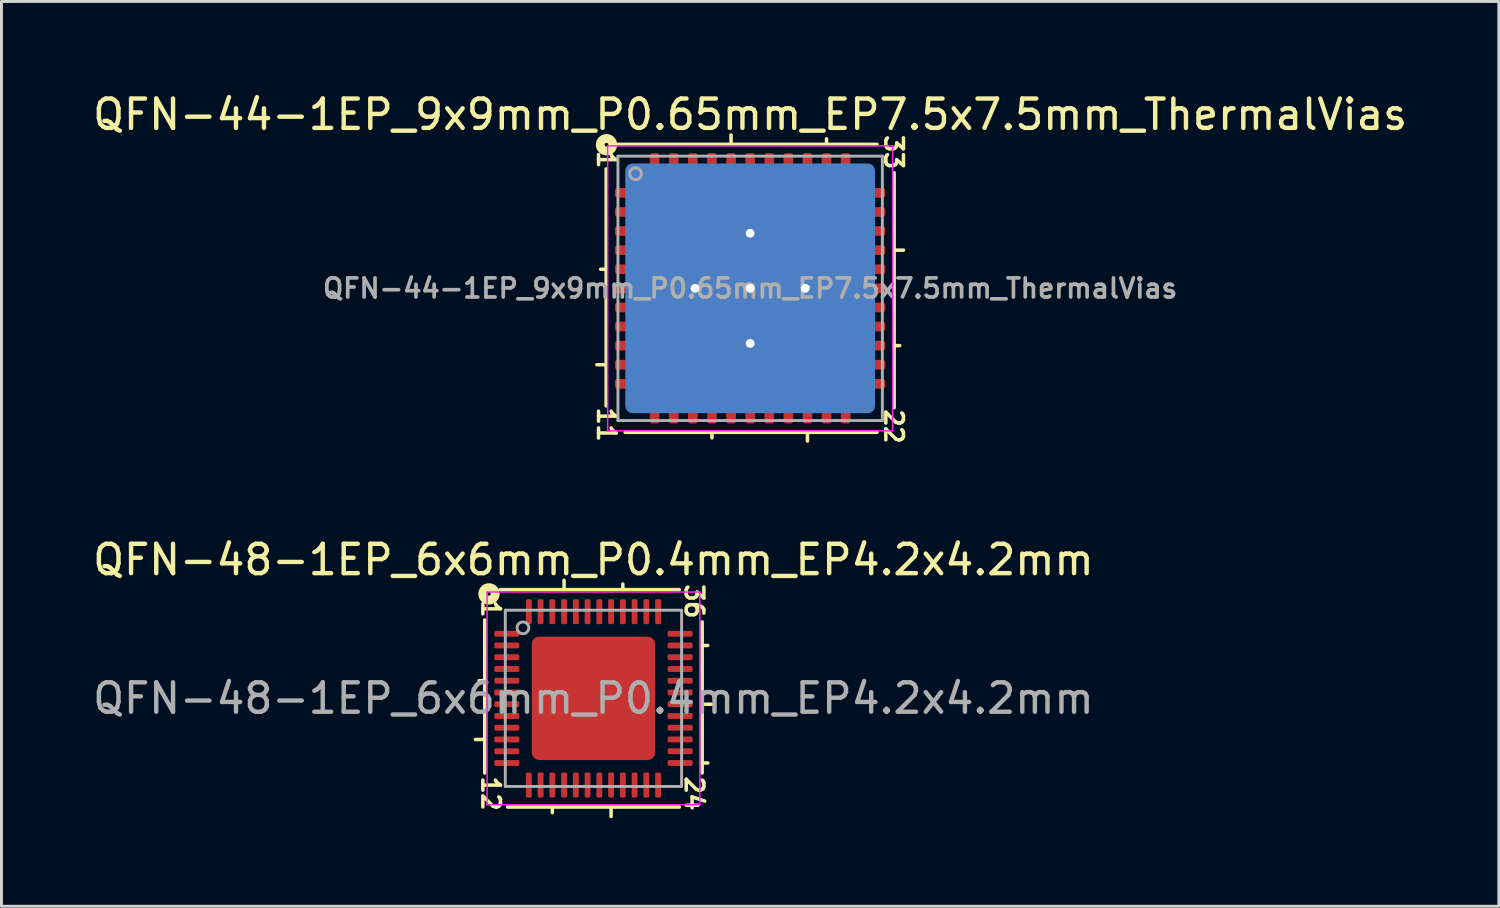
<source format=kicad_pcb>
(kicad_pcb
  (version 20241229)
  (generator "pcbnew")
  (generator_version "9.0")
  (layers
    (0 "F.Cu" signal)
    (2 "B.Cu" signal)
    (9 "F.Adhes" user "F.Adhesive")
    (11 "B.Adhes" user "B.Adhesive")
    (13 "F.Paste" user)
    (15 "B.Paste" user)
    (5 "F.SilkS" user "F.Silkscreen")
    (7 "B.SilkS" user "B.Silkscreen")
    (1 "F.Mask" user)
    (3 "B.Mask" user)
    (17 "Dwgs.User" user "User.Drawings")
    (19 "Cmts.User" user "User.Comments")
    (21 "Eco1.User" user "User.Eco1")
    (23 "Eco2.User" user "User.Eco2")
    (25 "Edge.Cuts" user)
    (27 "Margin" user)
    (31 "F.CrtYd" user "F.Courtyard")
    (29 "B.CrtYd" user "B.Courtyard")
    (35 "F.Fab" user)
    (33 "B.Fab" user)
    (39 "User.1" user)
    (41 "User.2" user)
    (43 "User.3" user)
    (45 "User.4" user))
  (footprint "QFN-48-1EP_6x6mm_P0.4mm_EP4.2x4.2mm"
    (layer "F.Cu")
    (at 17.149 20.719)
    (property "Reference" "QFN-48-1EP_6x6mm_P0.4mm_EP4.2x4.2mm" (at 0 -4.716 0) (layer "F.SilkS") (effects (font (size 1 1) (thickness 0.15))))
    (attr smd)
    (fp_line (start -3.7 -2.667) (end -3.7 2.54) (stroke (width 0.12) (type solid)) (layer "F.SilkS"))
    (fp_line (start -3.7 -0.6) (end -3.89 -0.6) (stroke (width 0.12) (type solid)) (layer "F.SilkS"))
    (fp_line (start -3.7 1.4) (end -4.018 1.4) (stroke (width 0.12) (type solid)) (layer "F.SilkS"))
    (fp_line (start -2.921 3.7) (end 2.921 3.7) (stroke (width 0.12) (type solid)) (layer "F.SilkS"))
    (fp_line (start -1.4 3.89) (end -1.4 3.7) (stroke (width 0.12) (type solid)) (layer "F.SilkS"))
    (fp_line (start -1 -3.7) (end -1 -4.018) (stroke (width 0.12) (type solid)) (layer "F.SilkS"))
    (fp_line (start 0.6 3.7) (end 0.6 4.018) (stroke (width 0.12) (type solid)) (layer "F.SilkS"))
    (fp_line (start 1 -3.7) (end 1 -3.89) (stroke (width 0.12) (type solid)) (layer "F.SilkS"))
    (fp_line (start 2.921 -3.7) (end -3.175 -3.7) (stroke (width 0.12) (type solid)) (layer "F.SilkS"))
    (fp_line (start 3.7 -1.8) (end 3.89 -1.8) (stroke (width 0.12) (type solid)) (layer "F.SilkS"))
    (fp_line (start 3.7 0.2) (end 4.018 0.2) (stroke (width 0.12) (type solid)) (layer "F.SilkS"))
    (fp_line (start 3.7 2.2) (end 3.89 2.2) (stroke (width 0.12) (type solid)) (layer "F.SilkS"))
    (fp_line (start 3.7 2.54) (end 3.7 -2.603) (stroke (width 0.12) (type solid)) (layer "F.SilkS"))
    (fp_circle (center -3.556 -3.556) (end -3.493 -3.556) (stroke (width 0.3) (type solid)) (fill no) (layer "F.SilkS"))
    (fp_line (start -3.62 -3.62) (end -3.62 3.62) (stroke (width 0.05) (type solid)) (layer "F.CrtYd"))
    (fp_line (start -3.62 3.62) (end 3.62 3.62) (stroke (width 0.05) (type solid)) (layer "F.CrtYd"))
    (fp_line (start 3.62 -3.62) (end -3.62 -3.62) (stroke (width 0.05) (type solid)) (layer "F.CrtYd"))
    (fp_line (start 3.62 3.62) (end 3.62 -3.62) (stroke (width 0.05) (type solid)) (layer "F.CrtYd"))
    (fp_line (start -3 -3) (end 3 -3) (stroke (width 0.1) (type solid)) (layer "F.Fab"))
    (fp_line (start -3 3) (end -3 -3) (stroke (width 0.1) (type solid)) (layer "F.Fab"))
    (fp_line (start 3 -3) (end 3 3) (stroke (width 0.1) (type solid)) (layer "F.Fab"))
    (fp_line (start 3 3) (end -3 3) (stroke (width 0.1) (type solid)) (layer "F.Fab"))
    (fp_circle (center -2.4 -2.4) (end -2.2 -2.4) (stroke (width 0.1) (type solid)) (fill no) (layer "F.Fab"))
    (fp_text user "24" (at 3.429 3.239 270) (unlocked yes) (layer "F.SilkS") (effects (font (size 0.6 0.6) (thickness 0.12))))
    (fp_text user "12" (at -3.493 3.239 270) (unlocked yes) (layer "F.SilkS") (effects (font (size 0.6 0.6) (thickness 0.12))))
    (fp_text user "1" (at -3.493 -3.048 270) (unlocked yes) (layer "F.SilkS") (effects (font (size 0.6 0.6) (thickness 0.12))))
    (fp_text user "36" (at 3.429 -3.302 270) (unlocked yes) (layer "F.SilkS") (effects (font (size 0.6 0.6) (thickness 0.12))))
    (fp_text user "${REFERENCE}" (at 0 0 0) (layer "F.Fab") (effects (font (size 1 1) (thickness 0.15))))
    (pad "" smd roundrect (at -1.4 -1.4) (size 1.13 1.13) (layers "F.Paste") (roundrect_rratio 0.221))
    (pad "" smd roundrect (at -1.4 0) (size 1.13 1.13) (layers "F.Paste") (roundrect_rratio 0.221))
    (pad "" smd roundrect (at -1.4 1.4) (size 1.13 1.13) (layers "F.Paste") (roundrect_rratio 0.221))
    (pad "" smd roundrect (at 0 -1.4) (size 1.13 1.13) (layers "F.Paste") (roundrect_rratio 0.221))
    (pad "" smd roundrect (at 0 0) (size 1.13 1.13) (layers "F.Paste") (roundrect_rratio 0.221))
    (pad "" smd roundrect (at 0 1.4) (size 1.13 1.13) (layers "F.Paste") (roundrect_rratio 0.221))
    (pad "" smd roundrect (at 1.4 -1.4) (size 1.13 1.13) (layers "F.Paste") (roundrect_rratio 0.221))
    (pad "" smd roundrect (at 1.4 0) (size 1.13 1.13) (layers "F.Paste") (roundrect_rratio 0.221))
    (pad "" smd roundrect (at 1.4 1.4) (size 1.13 1.13) (layers "F.Paste") (roundrect_rratio 0.221))
    (pad "1" smd roundrect (at -2.95 -2.2) (size 0.85 0.2) (layers "F.Cu" "F.Mask" "F.Paste") (roundrect_rratio 0.25))
    (pad "2" smd roundrect (at -2.95 -1.8) (size 0.85 0.2) (layers "F.Cu" "F.Mask" "F.Paste") (roundrect_rratio 0.25))
    (pad "3" smd roundrect (at -2.95 -1.4) (size 0.85 0.2) (layers "F.Cu" "F.Mask" "F.Paste") (roundrect_rratio 0.25))
    (pad "4" smd roundrect (at -2.95 -1) (size 0.85 0.2) (layers "F.Cu" "F.Mask" "F.Paste") (roundrect_rratio 0.25))
    (pad "5" smd roundrect (at -2.95 -0.6) (size 0.85 0.2) (layers "F.Cu" "F.Mask" "F.Paste") (roundrect_rratio 0.25))
    (pad "6" smd roundrect (at -2.95 -0.2) (size 0.85 0.2) (layers "F.Cu" "F.Mask" "F.Paste") (roundrect_rratio 0.25))
    (pad "7" smd roundrect (at -2.95 0.2) (size 0.85 0.2) (layers "F.Cu" "F.Mask" "F.Paste") (roundrect_rratio 0.25))
    (pad "8" smd roundrect (at -2.95 0.6) (size 0.85 0.2) (layers "F.Cu" "F.Mask" "F.Paste") (roundrect_rratio 0.25))
    (pad "9" smd roundrect (at -2.95 1) (size 0.85 0.2) (layers "F.Cu" "F.Mask" "F.Paste") (roundrect_rratio 0.25))
    (pad "10" smd roundrect (at -2.95 1.4) (size 0.85 0.2) (layers "F.Cu" "F.Mask" "F.Paste") (roundrect_rratio 0.25))
    (pad "11" smd roundrect (at -2.95 1.8) (size 0.85 0.2) (layers "F.Cu" "F.Mask" "F.Paste") (roundrect_rratio 0.25))
    (pad "12" smd roundrect (at -2.95 2.2) (size 0.85 0.2) (layers "F.Cu" "F.Mask" "F.Paste") (roundrect_rratio 0.25))
    (pad "13" smd roundrect (at -2.2 2.95) (size 0.2 0.85) (layers "F.Cu" "F.Mask" "F.Paste") (roundrect_rratio 0.25))
    (pad "14" smd roundrect (at -1.8 2.95) (size 0.2 0.85) (layers "F.Cu" "F.Mask" "F.Paste") (roundrect_rratio 0.25))
    (pad "15" smd roundrect (at -1.4 2.95) (size 0.2 0.85) (layers "F.Cu" "F.Mask" "F.Paste") (roundrect_rratio 0.25))
    (pad "16" smd roundrect (at -1 2.95) (size 0.2 0.85) (layers "F.Cu" "F.Mask" "F.Paste") (roundrect_rratio 0.25))
    (pad "17" smd roundrect (at -0.6 2.95) (size 0.2 0.85) (layers "F.Cu" "F.Mask" "F.Paste") (roundrect_rratio 0.25))
    (pad "18" smd roundrect (at -0.2 2.95) (size 0.2 0.85) (layers "F.Cu" "F.Mask" "F.Paste") (roundrect_rratio 0.25))
    (pad "19" smd roundrect (at 0.2 2.95) (size 0.2 0.85) (layers "F.Cu" "F.Mask" "F.Paste") (roundrect_rratio 0.25))
    (pad "20" smd roundrect (at 0.6 2.95) (size 0.2 0.85) (layers "F.Cu" "F.Mask" "F.Paste") (roundrect_rratio 0.25))
    (pad "21" smd roundrect (at 1 2.95) (size 0.2 0.85) (layers "F.Cu" "F.Mask" "F.Paste") (roundrect_rratio 0.25))
    (pad "22" smd roundrect (at 1.4 2.95) (size 0.2 0.85) (layers "F.Cu" "F.Mask" "F.Paste") (roundrect_rratio 0.25))
    (pad "23" smd roundrect (at 1.8 2.95) (size 0.2 0.85) (layers "F.Cu" "F.Mask" "F.Paste") (roundrect_rratio 0.25))
    (pad "24" smd roundrect (at 2.2 2.95) (size 0.2 0.85) (layers "F.Cu" "F.Mask" "F.Paste") (roundrect_rratio 0.25))
    (pad "25" smd roundrect (at 2.95 2.2) (size 0.85 0.2) (layers "F.Cu" "F.Mask" "F.Paste") (roundrect_rratio 0.25))
    (pad "26" smd roundrect (at 2.95 1.8) (size 0.85 0.2) (layers "F.Cu" "F.Mask" "F.Paste") (roundrect_rratio 0.25))
    (pad "27" smd roundrect (at 2.95 1.4) (size 0.85 0.2) (layers "F.Cu" "F.Mask" "F.Paste") (roundrect_rratio 0.25))
    (pad "28" smd roundrect (at 2.95 1) (size 0.85 0.2) (layers "F.Cu" "F.Mask" "F.Paste") (roundrect_rratio 0.25))
    (pad "29" smd roundrect (at 2.95 0.6) (size 0.85 0.2) (layers "F.Cu" "F.Mask" "F.Paste") (roundrect_rratio 0.25))
    (pad "30" smd roundrect (at 2.95 0.2) (size 0.85 0.2) (layers "F.Cu" "F.Mask" "F.Paste") (roundrect_rratio 0.25))
    (pad "31" smd roundrect (at 2.95 -0.2) (size 0.85 0.2) (layers "F.Cu" "F.Mask" "F.Paste") (roundrect_rratio 0.25))
    (pad "32" smd roundrect (at 2.95 -0.6) (size 0.85 0.2) (layers "F.Cu" "F.Mask" "F.Paste") (roundrect_rratio 0.25))
    (pad "33" smd roundrect (at 2.95 -1) (size 0.85 0.2) (layers "F.Cu" "F.Mask" "F.Paste") (roundrect_rratio 0.25))
    (pad "34" smd roundrect (at 2.95 -1.4) (size 0.85 0.2) (layers "F.Cu" "F.Mask" "F.Paste") (roundrect_rratio 0.25))
    (pad "35" smd roundrect (at 2.95 -1.8) (size 0.85 0.2) (layers "F.Cu" "F.Mask" "F.Paste") (roundrect_rratio 0.25))
    (pad "36" smd roundrect (at 2.95 -2.2) (size 0.85 0.2) (layers "F.Cu" "F.Mask" "F.Paste") (roundrect_rratio 0.25))
    (pad "37" smd roundrect (at 2.2 -2.95) (size 0.2 0.85) (layers "F.Cu" "F.Mask" "F.Paste") (roundrect_rratio 0.25))
    (pad "38" smd roundrect (at 1.8 -2.95) (size 0.2 0.85) (layers "F.Cu" "F.Mask" "F.Paste") (roundrect_rratio 0.25))
    (pad "39" smd roundrect (at 1.4 -2.95) (size 0.2 0.85) (layers "F.Cu" "F.Mask" "F.Paste") (roundrect_rratio 0.25))
    (pad "40" smd roundrect (at 1 -2.95) (size 0.2 0.85) (layers "F.Cu" "F.Mask" "F.Paste") (roundrect_rratio 0.25))
    (pad "41" smd roundrect (at 0.6 -2.95) (size 0.2 0.85) (layers "F.Cu" "F.Mask" "F.Paste") (roundrect_rratio 0.25))
    (pad "42" smd roundrect (at 0.2 -2.95) (size 0.2 0.85) (layers "F.Cu" "F.Mask" "F.Paste") (roundrect_rratio 0.25))
    (pad "43" smd roundrect (at -0.2 -2.95) (size 0.2 0.85) (layers "F.Cu" "F.Mask" "F.Paste") (roundrect_rratio 0.25))
    (pad "44" smd roundrect (at -0.6 -2.95) (size 0.2 0.85) (layers "F.Cu" "F.Mask" "F.Paste") (roundrect_rratio 0.25))
    (pad "45" smd roundrect (at -1 -2.95) (size 0.2 0.85) (layers "F.Cu" "F.Mask" "F.Paste") (roundrect_rratio 0.25))
    (pad "46" smd roundrect (at -1.4 -2.95) (size 0.2 0.85) (layers "F.Cu" "F.Mask" "F.Paste") (roundrect_rratio 0.25))
    (pad "47" smd roundrect (at -1.8 -2.95) (size 0.2 0.85) (layers "F.Cu" "F.Mask" "F.Paste") (roundrect_rratio 0.25))
    (pad "48" smd roundrect (at -2.2 -2.95) (size 0.2 0.85) (layers "F.Cu" "F.Mask" "F.Paste") (roundrect_rratio 0.25))
    (pad "49" smd roundrect (at 0 0) (size 4.2 4.2) (layers "F.Cu" "F.Mask") (roundrect_rratio 0.06)))
  (footprint "QFN-44-1EP_9x9mm_P0.65mm_EP7.5x7.5mm_ThermalVias"
    (layer "F.Cu")
    (at 22.482 6.764)
    (property "Reference" "QFN-44-1EP_9x9mm_P0.65mm_EP7.5x7.5mm_ThermalVias" (at 0 -5.916 0) (layer "F.SilkS") (effects (font (size 1 1) (thickness 0.15))))
    (attr smd)
    (fp_line (start -4.9 -4.064) (end -4.9 4) (stroke (width 0.12) (type solid)) (layer "F.SilkS"))
    (fp_line (start -4.9 -0.65) (end -5.09 -0.65) (stroke (width 0.12) (type solid)) (layer "F.SilkS"))
    (fp_line (start -4.9 2.6) (end -5.218 2.6) (stroke (width 0.12) (type solid)) (layer "F.SilkS"))
    (fp_line (start -4.255 4.9) (end 4.318 4.9) (stroke (width 0.12) (type solid)) (layer "F.SilkS"))
    (fp_line (start -1.3 4.9) (end -1.3 5.09) (stroke (width 0.12) (type solid)) (layer "F.SilkS"))
    (fp_line (start -0.65 -4.9) (end -0.65 -5.218) (stroke (width 0.12) (type solid)) (layer "F.SilkS"))
    (fp_line (start 1.95 4.9) (end 1.95 5.197) (stroke (width 0.12) (type solid)) (layer "F.SilkS"))
    (fp_line (start 2.6 -4.9) (end 2.6 -5.09) (stroke (width 0.12) (type solid)) (layer "F.SilkS"))
    (fp_line (start 4.318 -4.9) (end -4.508 -4.9) (stroke (width 0.12) (type solid)) (layer "F.SilkS"))
    (fp_line (start 4.9 -1.3) (end 5.218 -1.3) (stroke (width 0.12) (type solid)) (layer "F.SilkS"))
    (fp_line (start 4.9 1.95) (end 5.09 1.95) (stroke (width 0.12) (type solid)) (layer "F.SilkS"))
    (fp_line (start 4.9 4.064) (end 4.9 -3.937) (stroke (width 0.12) (type solid)) (layer "F.SilkS"))
    (fp_circle (center -4.889 -4.889) (end -4.826 -4.889) (stroke (width 0.3) (type solid)) (fill no) (layer "F.SilkS"))
    (fp_line (start -4.85 -4.85) (end -4.85 4.85) (stroke (width 0.05) (type solid)) (layer "F.CrtYd"))
    (fp_line (start -4.85 4.85) (end 4.85 4.85) (stroke (width 0.05) (type solid)) (layer "F.CrtYd"))
    (fp_line (start 4.85 -4.85) (end -4.85 -4.85) (stroke (width 0.05) (type solid)) (layer "F.CrtYd"))
    (fp_line (start 4.85 4.85) (end 4.85 -4.85) (stroke (width 0.05) (type solid)) (layer "F.CrtYd"))
    (fp_line (start -4.5 -4.5) (end 4.5 -4.5) (stroke (width 0.1) (type solid)) (layer "F.Fab"))
    (fp_line (start -4.5 4.5) (end -4.5 -4.5) (stroke (width 0.1) (type solid)) (layer "F.Fab"))
    (fp_line (start 4.5 -4.5) (end 4.5 4.5) (stroke (width 0.1) (type solid)) (layer "F.Fab"))
    (fp_line (start 4.5 4.5) (end -4.5 4.5) (stroke (width 0.1) (type solid)) (layer "F.Fab"))
    (fp_circle (center -3.9 -3.9) (end -3.7 -3.9) (stroke (width 0.1) (type solid)) (fill no) (layer "F.Fab"))
    (fp_text user "1" (at -4.889 -4.381 270) (unlocked yes) (layer "F.SilkS") (effects (font (size 0.6 0.6) (thickness 0.12))))
    (fp_text user "33" (at 4.889 -4.636 270) (unlocked yes) (layer "F.SilkS") (effects (font (size 0.6 0.6) (thickness 0.12))))
    (fp_text user "11" (at -4.889 4.636 270) (unlocked yes) (layer "F.SilkS") (effects (font (size 0.6 0.6) (thickness 0.12))))
    (fp_text user "22" (at 4.889 4.699 270) (unlocked yes) (layer "F.SilkS") (effects (font (size 0.6 0.6) (thickness 0.12))))
    (fp_text user "${REFERENCE}" (at 0 0 0) (layer "F.Fab") (effects (font (size 0.65 0.65) (thickness 0.125))))
    (pad "" smd roundrect (at -2.7 -2.7) (size 1.5 1.5) (layers "F.Paste") (roundrect_rratio 0.167))
    (pad "" smd roundrect (at -2.7 -0.9) (size 1.5 1.5) (layers "F.Paste") (roundrect_rratio 0.167))
    (pad "" smd roundrect (at -2.7 0.9) (size 1.5 1.5) (layers "F.Paste") (roundrect_rratio 0.167))
    (pad "" smd roundrect (at -2.7 2.7) (size 1.5 1.5) (layers "F.Paste") (roundrect_rratio 0.167))
    (pad "" smd roundrect (at -0.9 -2.7) (size 1.5 1.5) (layers "F.Paste") (roundrect_rratio 0.167))
    (pad "" smd roundrect (at -0.9 -0.9) (size 1.5 1.5) (layers "F.Paste") (roundrect_rratio 0.167))
    (pad "" smd roundrect (at -0.9 0.9) (size 1.5 1.5) (layers "F.Paste") (roundrect_rratio 0.167))
    (pad "" smd roundrect (at -0.9 2.7) (size 1.5 1.5) (layers "F.Paste") (roundrect_rratio 0.167))
    (pad "" smd roundrect (at 0.9 -2.7) (size 1.5 1.5) (layers "F.Paste") (roundrect_rratio 0.167))
    (pad "" smd roundrect (at 0.9 -0.9) (size 1.5 1.5) (layers "F.Paste") (roundrect_rratio 0.167))
    (pad "" smd roundrect (at 0.9 0.9) (size 1.5 1.5) (layers "F.Paste") (roundrect_rratio 0.167))
    (pad "" smd roundrect (at 0.9 2.7) (size 1.5 1.5) (layers "F.Paste") (roundrect_rratio 0.167))
    (pad "" smd roundrect (at 2.7 -2.7) (size 1.5 1.5) (layers "F.Paste") (roundrect_rratio 0.167))
    (pad "" smd roundrect (at 2.7 -0.9) (size 1.5 1.5) (layers "F.Paste") (roundrect_rratio 0.167))
    (pad "" smd roundrect (at 2.7 0.9) (size 1.5 1.5) (layers "F.Paste") (roundrect_rratio 0.167))
    (pad "" smd roundrect (at 2.7 2.7) (size 1.5 1.5) (layers "F.Paste") (roundrect_rratio 0.167))
    (pad "1" smd roundrect (at -4.3 -3.25) (size 0.6 0.33) (layers "F.Cu" "F.Mask" "F.Paste") (roundrect_rratio 0.25))
    (pad "2" smd roundrect (at -4.3 -2.6) (size 0.6 0.33) (layers "F.Cu" "F.Mask" "F.Paste") (roundrect_rratio 0.25))
    (pad "3" smd roundrect (at -4.3 -1.95) (size 0.6 0.33) (layers "F.Cu" "F.Mask" "F.Paste") (roundrect_rratio 0.25))
    (pad "4" smd roundrect (at -4.3 -1.3) (size 0.6 0.33) (layers "F.Cu" "F.Mask" "F.Paste") (roundrect_rratio 0.25))
    (pad "5" smd roundrect (at -4.3 -0.65) (size 0.6 0.33) (layers "F.Cu" "F.Mask" "F.Paste") (roundrect_rratio 0.25))
    (pad "6" smd roundrect (at -4.3 0) (size 0.6 0.33) (layers "F.Cu" "F.Mask" "F.Paste") (roundrect_rratio 0.25))
    (pad "7" smd roundrect (at -4.3 0.65) (size 0.6 0.33) (layers "F.Cu" "F.Mask" "F.Paste") (roundrect_rratio 0.25))
    (pad "8" smd roundrect (at -4.3 1.3) (size 0.6 0.33) (layers "F.Cu" "F.Mask" "F.Paste") (roundrect_rratio 0.25))
    (pad "9" smd roundrect (at -4.3 1.95) (size 0.6 0.33) (layers "F.Cu" "F.Mask" "F.Paste") (roundrect_rratio 0.25))
    (pad "10" smd roundrect (at -4.3 2.6) (size 0.6 0.33) (layers "F.Cu" "F.Mask" "F.Paste") (roundrect_rratio 0.25))
    (pad "11" smd roundrect (at -4.3 3.25) (size 0.6 0.33) (layers "F.Cu" "F.Mask" "F.Paste") (roundrect_rratio 0.25))
    (pad "12" smd roundrect (at -3.25 4.3 90) (size 0.6 0.33) (layers "F.Cu" "F.Mask" "F.Paste") (roundrect_rratio 0.25))
    (pad "13" smd roundrect (at -2.6 4.3 90) (size 0.6 0.33) (layers "F.Cu" "F.Mask" "F.Paste") (roundrect_rratio 0.25))
    (pad "14" smd roundrect (at -1.95 4.3 90) (size 0.6 0.33) (layers "F.Cu" "F.Mask" "F.Paste") (roundrect_rratio 0.25))
    (pad "15" smd roundrect (at -1.3 4.3 90) (size 0.6 0.33) (layers "F.Cu" "F.Mask" "F.Paste") (roundrect_rratio 0.25))
    (pad "16" smd roundrect (at -0.65 4.3 90) (size 0.6 0.33) (layers "F.Cu" "F.Mask" "F.Paste") (roundrect_rratio 0.25))
    (pad "17" smd roundrect (at 0 4.3 90) (size 0.6 0.33) (layers "F.Cu" "F.Mask" "F.Paste") (roundrect_rratio 0.25))
    (pad "18" smd roundrect (at 0.65 4.3 90) (size 0.6 0.33) (layers "F.Cu" "F.Mask" "F.Paste") (roundrect_rratio 0.25))
    (pad "19" smd roundrect (at 1.3 4.3 90) (size 0.6 0.33) (layers "F.Cu" "F.Mask" "F.Paste") (roundrect_rratio 0.25))
    (pad "20" smd roundrect (at 1.95 4.3 90) (size 0.6 0.33) (layers "F.Cu" "F.Mask" "F.Paste") (roundrect_rratio 0.25))
    (pad "21" smd roundrect (at 2.6 4.3 90) (size 0.6 0.33) (layers "F.Cu" "F.Mask" "F.Paste") (roundrect_rratio 0.25))
    (pad "22" smd roundrect (at 3.25 4.3 90) (size 0.6 0.33) (layers "F.Cu" "F.Mask" "F.Paste") (roundrect_rratio 0.25))
    (pad "23" smd roundrect (at 4.3 3.25) (size 0.6 0.33) (layers "F.Cu" "F.Mask" "F.Paste") (roundrect_rratio 0.25))
    (pad "24" smd roundrect (at 4.3 2.6) (size 0.6 0.33) (layers "F.Cu" "F.Mask" "F.Paste") (roundrect_rratio 0.25))
    (pad "25" smd roundrect (at 4.3 1.95) (size 0.6 0.33) (layers "F.Cu" "F.Mask" "F.Paste") (roundrect_rratio 0.25))
    (pad "26" smd roundrect (at 4.3 1.3) (size 0.6 0.33) (layers "F.Cu" "F.Mask" "F.Paste") (roundrect_rratio 0.25))
    (pad "27" smd roundrect (at 4.3 0.65) (size 0.6 0.33) (layers "F.Cu" "F.Mask" "F.Paste") (roundrect_rratio 0.25))
    (pad "28" smd roundrect (at 4.3 0) (size 0.6 0.33) (layers "F.Cu" "F.Mask" "F.Paste") (roundrect_rratio 0.25))
    (pad "29" smd roundrect (at 4.3 -0.65) (size 0.6 0.33) (layers "F.Cu" "F.Mask" "F.Paste") (roundrect_rratio 0.25))
    (pad "30" smd roundrect (at 4.3 -1.3) (size 0.6 0.33) (layers "F.Cu" "F.Mask" "F.Paste") (roundrect_rratio 0.25))
    (pad "31" smd roundrect (at 4.3 -1.95) (size 0.6 0.33) (layers "F.Cu" "F.Mask" "F.Paste") (roundrect_rratio 0.25))
    (pad "32" smd roundrect (at 4.3 -2.6) (size 0.6 0.33) (layers "F.Cu" "F.Mask" "F.Paste") (roundrect_rratio 0.25))
    (pad "33" smd roundrect (at 4.3 -3.25) (size 0.6 0.33) (layers "F.Cu" "F.Mask" "F.Paste") (roundrect_rratio 0.25))
    (pad "34" smd roundrect (at 3.25 -4.3 90) (size 0.6 0.33) (layers "F.Cu" "F.Mask" "F.Paste") (roundrect_rratio 0.25))
    (pad "35" smd roundrect (at 2.6 -4.3 90) (size 0.6 0.33) (layers "F.Cu" "F.Mask" "F.Paste") (roundrect_rratio 0.25))
    (pad "36" smd roundrect (at 1.95 -4.3 90) (size 0.6 0.33) (layers "F.Cu" "F.Mask" "F.Paste") (roundrect_rratio 0.25))
    (pad "37" smd roundrect (at 1.3 -4.3 90) (size 0.6 0.33) (layers "F.Cu" "F.Mask" "F.Paste") (roundrect_rratio 0.25))
    (pad "38" smd roundrect (at 0.65 -4.3 90) (size 0.6 0.33) (layers "F.Cu" "F.Mask" "F.Paste") (roundrect_rratio 0.25))
    (pad "39" smd roundrect (at 0 -4.3 90) (size 0.6 0.33) (layers "F.Cu" "F.Mask" "F.Paste") (roundrect_rratio 0.25))
    (pad "40" smd roundrect (at -0.65 -4.3 90) (size 0.6 0.33) (layers "F.Cu" "F.Mask" "F.Paste") (roundrect_rratio 0.25))
    (pad "41" smd roundrect (at -1.3 -4.3 90) (size 0.6 0.33) (layers "F.Cu" "F.Mask" "F.Paste") (roundrect_rratio 0.25))
    (pad "42" smd roundrect (at -1.95 -4.3 90) (size 0.6 0.33) (layers "F.Cu" "F.Mask" "F.Paste") (roundrect_rratio 0.25))
    (pad "43" smd roundrect (at -2.6 -4.3 90) (size 0.6 0.33) (layers "F.Cu" "F.Mask" "F.Paste") (roundrect_rratio 0.25))
    (pad "44" smd roundrect (at -3.25 -4.3 90) (size 0.6 0.33) (layers "F.Cu" "F.Mask" "F.Paste") (roundrect_rratio 0.25))
    (pad "45" thru_hole circle (at -1.875 0) (size 0.6 0.6) (drill 0.3) (property pad_prop_heatsink) (layers "*.Cu"))
    (pad "45" thru_hole circle (at 0 -1.875) (size 0.6 0.6) (drill 0.3) (property pad_prop_heatsink) (layers "*.Cu"))
    (pad "45" thru_hole circle (at 0 0) (size 0.6 0.6) (drill 0.3) (property pad_prop_heatsink) (layers "*.Cu"))
    (pad "45" smd roundrect (at 0 0) (size 7.5 7.5) (layers "F.Cu" "F.Mask") (roundrect_rratio 0.033))
    (pad "45" smd roundrect (at 0 0) (size 8.5 8.5) (layers "B.Cu" "B.Mask") (roundrect_rratio 0.029))
    (pad "45" thru_hole circle (at 0 1.875) (size 0.6 0.6) (drill 0.3) (property pad_prop_heatsink) (layers "*.Cu"))
    (pad "45" thru_hole circle (at 1.875 0) (size 0.6 0.6) (drill 0.3) (property pad_prop_heatsink) (layers "*.Cu")))
  (gr_rect
    (start -3 -3)
    (end 47.964 27.796)
    (stroke (width 0.1) (type default))
    (fill no)
    (layer "Edge.Cuts")))
</source>
